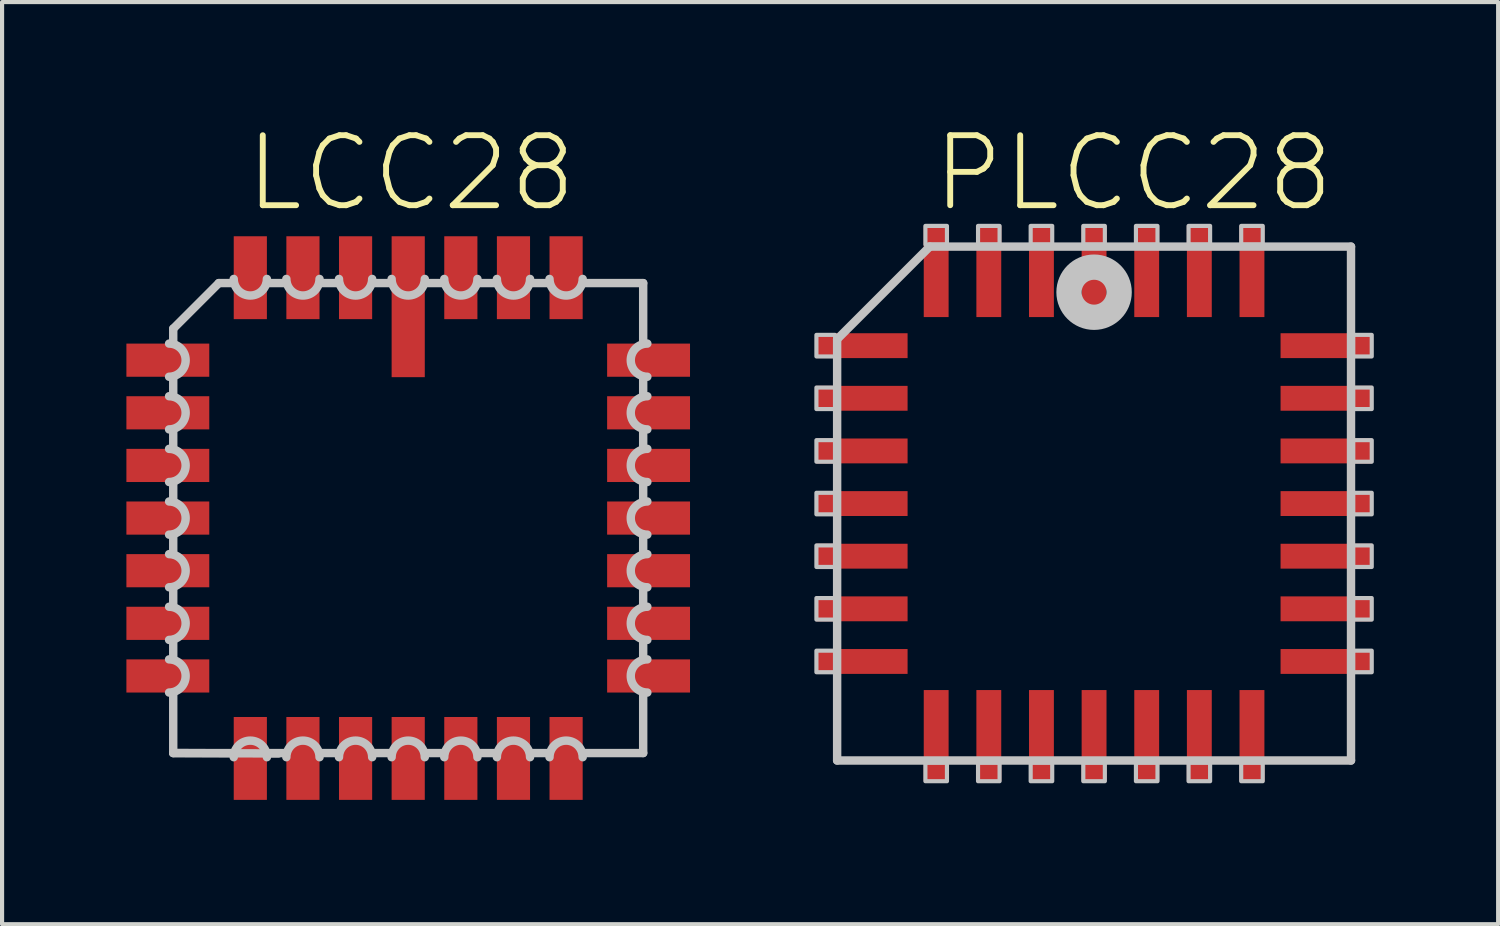
<source format=kicad_pcb>
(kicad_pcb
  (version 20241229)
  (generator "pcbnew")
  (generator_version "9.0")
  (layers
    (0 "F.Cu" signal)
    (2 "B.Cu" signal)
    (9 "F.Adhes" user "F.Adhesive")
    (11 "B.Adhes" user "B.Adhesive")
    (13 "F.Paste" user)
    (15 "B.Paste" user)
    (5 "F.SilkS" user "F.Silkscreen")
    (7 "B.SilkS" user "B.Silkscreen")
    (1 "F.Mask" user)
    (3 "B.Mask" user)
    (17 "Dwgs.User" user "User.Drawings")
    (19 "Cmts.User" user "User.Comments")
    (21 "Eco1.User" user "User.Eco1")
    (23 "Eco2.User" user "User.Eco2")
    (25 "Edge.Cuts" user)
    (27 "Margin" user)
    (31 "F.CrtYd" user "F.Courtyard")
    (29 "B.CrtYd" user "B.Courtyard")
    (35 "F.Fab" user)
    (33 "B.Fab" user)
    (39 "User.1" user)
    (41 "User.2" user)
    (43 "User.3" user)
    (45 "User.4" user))
  (footprint "PLCC28"
    (layer "F.Cu")
    (at 23.35 9.101)
    (property "Reference" "PLCC28" (at -3.967 -6.985 0) (layer "F.SilkS") (effects (font (size 1.689 1.689) (thickness 0.142)) (justify left bottom)))
    (attr through_hole)
    (fp_line (start -6.2 -3.965) (end -6.2 6.2) (stroke (width 0.203) (type solid)) (layer "Dwgs.User"))
    (fp_line (start -6.2 6.2) (end 6.2 6.2) (stroke (width 0.203) (type solid)) (layer "Dwgs.User"))
    (fp_line (start -3.965 -6.2) (end -6.2 -3.965) (stroke (width 0.203) (type solid)) (layer "Dwgs.User"))
    (fp_line (start 6.2 -6.2) (end -3.965 -6.2) (stroke (width 0.203) (type solid)) (layer "Dwgs.User"))
    (fp_line (start 6.2 6.2) (end 6.2 -6.2) (stroke (width 0.203) (type solid)) (layer "Dwgs.User"))
    (fp_circle (center 0 -5.1) (end 0.3 -5.1) (stroke (width 0.61) (type solid)) (fill no) (layer "Dwgs.User"))
    (fp_poly (pts (xy -6.7 -3.55) (xy -6.25 -3.55) (xy -6.25 -4.07) (xy -6.7 -4.07)) (stroke (width 0.1) (type solid)) (fill no) (layer "Dwgs.User"))
    (fp_poly (pts (xy -6.7 -2.28) (xy -6.25 -2.28) (xy -6.25 -2.8) (xy -6.7 -2.8)) (stroke (width 0.1) (type solid)) (fill no) (layer "Dwgs.User"))
    (fp_poly (pts (xy -6.7 -1.01) (xy -6.25 -1.01) (xy -6.25 -1.53) (xy -6.7 -1.53)) (stroke (width 0.1) (type solid)) (fill no) (layer "Dwgs.User"))
    (fp_poly (pts (xy -6.7 0.26) (xy -6.25 0.26) (xy -6.25 -0.26) (xy -6.7 -0.26)) (stroke (width 0.1) (type solid)) (fill no) (layer "Dwgs.User"))
    (fp_poly (pts (xy -6.7 1.53) (xy -6.25 1.53) (xy -6.25 1.01) (xy -6.7 1.01)) (stroke (width 0.1) (type solid)) (fill no) (layer "Dwgs.User"))
    (fp_poly (pts (xy -6.7 2.8) (xy -6.25 2.8) (xy -6.25 2.28) (xy -6.7 2.28)) (stroke (width 0.1) (type solid)) (fill no) (layer "Dwgs.User"))
    (fp_poly (pts (xy -6.7 4.07) (xy -6.25 4.07) (xy -6.25 3.55) (xy -6.7 3.55)) (stroke (width 0.1) (type solid)) (fill no) (layer "Dwgs.User"))
    (fp_poly (pts (xy -4.07 -6.25) (xy -3.55 -6.25) (xy -3.55 -6.7) (xy -4.07 -6.7)) (stroke (width 0.1) (type solid)) (fill no) (layer "Dwgs.User"))
    (fp_poly (pts (xy -4.07 6.7) (xy -3.55 6.7) (xy -3.55 6.25) (xy -4.07 6.25)) (stroke (width 0.1) (type solid)) (fill no) (layer "Dwgs.User"))
    (fp_poly (pts (xy -2.8 -6.25) (xy -2.28 -6.25) (xy -2.28 -6.7) (xy -2.8 -6.7)) (stroke (width 0.1) (type solid)) (fill no) (layer "Dwgs.User"))
    (fp_poly (pts (xy -2.8 6.7) (xy -2.28 6.7) (xy -2.28 6.25) (xy -2.8 6.25)) (stroke (width 0.1) (type solid)) (fill no) (layer "Dwgs.User"))
    (fp_poly (pts (xy -1.53 -6.25) (xy -1.01 -6.25) (xy -1.01 -6.7) (xy -1.53 -6.7)) (stroke (width 0.1) (type solid)) (fill no) (layer "Dwgs.User"))
    (fp_poly (pts (xy -1.53 6.7) (xy -1.01 6.7) (xy -1.01 6.25) (xy -1.53 6.25)) (stroke (width 0.1) (type solid)) (fill no) (layer "Dwgs.User"))
    (fp_poly (pts (xy -0.26 -6.25) (xy 0.26 -6.25) (xy 0.26 -6.7) (xy -0.26 -6.7)) (stroke (width 0.1) (type solid)) (fill no) (layer "Dwgs.User"))
    (fp_poly (pts (xy -0.26 6.7) (xy 0.26 6.7) (xy 0.26 6.25) (xy -0.26 6.25)) (stroke (width 0.1) (type solid)) (fill no) (layer "Dwgs.User"))
    (fp_poly (pts (xy 1.01 -6.25) (xy 1.53 -6.25) (xy 1.53 -6.7) (xy 1.01 -6.7)) (stroke (width 0.1) (type solid)) (fill no) (layer "Dwgs.User"))
    (fp_poly (pts (xy 1.01 6.7) (xy 1.53 6.7) (xy 1.53 6.25) (xy 1.01 6.25)) (stroke (width 0.1) (type solid)) (fill no) (layer "Dwgs.User"))
    (fp_poly (pts (xy 2.28 -6.25) (xy 2.8 -6.25) (xy 2.8 -6.7) (xy 2.28 -6.7)) (stroke (width 0.1) (type solid)) (fill no) (layer "Dwgs.User"))
    (fp_poly (pts (xy 2.28 6.7) (xy 2.8 6.7) (xy 2.8 6.25) (xy 2.28 6.25)) (stroke (width 0.1) (type solid)) (fill no) (layer "Dwgs.User"))
    (fp_poly (pts (xy 3.55 -6.25) (xy 4.07 -6.25) (xy 4.07 -6.7) (xy 3.55 -6.7)) (stroke (width 0.1) (type solid)) (fill no) (layer "Dwgs.User"))
    (fp_poly (pts (xy 3.55 6.7) (xy 4.07 6.7) (xy 4.07 6.25) (xy 3.55 6.25)) (stroke (width 0.1) (type solid)) (fill no) (layer "Dwgs.User"))
    (fp_poly (pts (xy 6.25 -3.55) (xy 6.7 -3.55) (xy 6.7 -4.07) (xy 6.25 -4.07)) (stroke (width 0.1) (type solid)) (fill no) (layer "Dwgs.User"))
    (fp_poly (pts (xy 6.25 -2.28) (xy 6.7 -2.28) (xy 6.7 -2.8) (xy 6.25 -2.8)) (stroke (width 0.1) (type solid)) (fill no) (layer "Dwgs.User"))
    (fp_poly (pts (xy 6.25 -1.01) (xy 6.7 -1.01) (xy 6.7 -1.53) (xy 6.25 -1.53)) (stroke (width 0.1) (type solid)) (fill no) (layer "Dwgs.User"))
    (fp_poly (pts (xy 6.25 0.26) (xy 6.7 0.26) (xy 6.7 -0.26) (xy 6.25 -0.26)) (stroke (width 0.1) (type solid)) (fill no) (layer "Dwgs.User"))
    (fp_poly (pts (xy 6.25 1.53) (xy 6.7 1.53) (xy 6.7 1.01) (xy 6.25 1.01)) (stroke (width 0.1) (type solid)) (fill no) (layer "Dwgs.User"))
    (fp_poly (pts (xy 6.25 2.8) (xy 6.7 2.8) (xy 6.7 2.28) (xy 6.25 2.28)) (stroke (width 0.1) (type solid)) (fill no) (layer "Dwgs.User"))
    (fp_poly (pts (xy 6.25 4.07) (xy 6.7 4.07) (xy 6.7 3.55) (xy 6.25 3.55)) (stroke (width 0.1) (type solid)) (fill no) (layer "Dwgs.User"))
    (pad "1" smd rect (at 0 -5.6) (size 0.6 2.2) (layers "F.Cu" "F.Mask" "F.Paste"))
    (pad "2" smd rect (at -1.27 -5.6) (size 0.6 2.2) (layers "F.Cu" "F.Mask" "F.Paste"))
    (pad "3" smd rect (at -2.54 -5.6) (size 0.6 2.2) (layers "F.Cu" "F.Mask" "F.Paste"))
    (pad "4" smd rect (at -3.81 -5.6) (size 0.6 2.2) (layers "F.Cu" "F.Mask" "F.Paste"))
    (pad "5" smd rect (at -5.6 -3.81) (size 2.2 0.6) (layers "F.Cu" "F.Mask" "F.Paste"))
    (pad "6" smd rect (at -5.6 -2.54) (size 2.2 0.6) (layers "F.Cu" "F.Mask" "F.Paste"))
    (pad "7" smd rect (at -5.6 -1.27) (size 2.2 0.6) (layers "F.Cu" "F.Mask" "F.Paste"))
    (pad "8" smd rect (at -5.6 0) (size 2.2 0.6) (layers "F.Cu" "F.Mask" "F.Paste"))
    (pad "9" smd rect (at -5.6 1.27) (size 2.2 0.6) (layers "F.Cu" "F.Mask" "F.Paste"))
    (pad "10" smd rect (at -5.6 2.54) (size 2.2 0.6) (layers "F.Cu" "F.Mask" "F.Paste"))
    (pad "11" smd rect (at -5.6 3.81) (size 2.2 0.6) (layers "F.Cu" "F.Mask" "F.Paste"))
    (pad "12" smd rect (at -3.81 5.6) (size 0.6 2.2) (layers "F.Cu" "F.Mask" "F.Paste"))
    (pad "13" smd rect (at -2.54 5.6) (size 0.6 2.2) (layers "F.Cu" "F.Mask" "F.Paste"))
    (pad "14" smd rect (at -1.27 5.6) (size 0.6 2.2) (layers "F.Cu" "F.Mask" "F.Paste"))
    (pad "15" smd rect (at 0 5.6) (size 0.6 2.2) (layers "F.Cu" "F.Mask" "F.Paste"))
    (pad "16" smd rect (at 1.27 5.6) (size 0.6 2.2) (layers "F.Cu" "F.Mask" "F.Paste"))
    (pad "17" smd rect (at 2.54 5.6) (size 0.6 2.2) (layers "F.Cu" "F.Mask" "F.Paste"))
    (pad "18" smd rect (at 3.81 5.6) (size 0.6 2.2) (layers "F.Cu" "F.Mask" "F.Paste"))
    (pad "19" smd rect (at 5.6 3.81) (size 2.2 0.6) (layers "F.Cu" "F.Mask" "F.Paste"))
    (pad "20" smd rect (at 5.6 2.54) (size 2.2 0.6) (layers "F.Cu" "F.Mask" "F.Paste"))
    (pad "21" smd rect (at 5.6 1.27) (size 2.2 0.6) (layers "F.Cu" "F.Mask" "F.Paste"))
    (pad "22" smd rect (at 5.6 0) (size 2.2 0.6) (layers "F.Cu" "F.Mask" "F.Paste"))
    (pad "23" smd rect (at 5.6 -1.27) (size 2.2 0.6) (layers "F.Cu" "F.Mask" "F.Paste"))
    (pad "24" smd rect (at 5.6 -2.54) (size 2.2 0.6) (layers "F.Cu" "F.Mask" "F.Paste"))
    (pad "25" smd rect (at 5.6 -3.81) (size 2.2 0.6) (layers "F.Cu" "F.Mask" "F.Paste"))
    (pad "26" smd rect (at 3.81 -5.6) (size 0.6 2.2) (layers "F.Cu" "F.Mask" "F.Paste"))
    (pad "27" smd rect (at 2.54 -5.6) (size 0.6 2.2) (layers "F.Cu" "F.Mask" "F.Paste"))
    (pad "28" smd rect (at 1.27 -5.6) (size 0.6 2.2) (layers "F.Cu" "F.Mask" "F.Paste")))
  (footprint "LCC28"
    (layer "F.Cu")
    (at 6.8 9.451)
    (property "Reference" "LCC28" (at -4.005 -7.335 0) (layer "F.SilkS") (effects (font (size 1.689 1.689) (thickness 0.142)) (justify left bottom)))
    (attr through_hole)
    (fp_line (start -5.67 -4.57) (end -5.67 -4.21) (stroke (width 0.203) (type solid)) (layer "Dwgs.User"))
    (fp_line (start -5.67 -3.41) (end -5.67 -2.94) (stroke (width 0.203) (type solid)) (layer "Dwgs.User"))
    (fp_line (start -5.67 -2.14) (end -5.67 -1.67) (stroke (width 0.203) (type solid)) (layer "Dwgs.User"))
    (fp_line (start -5.67 -0.87) (end -5.67 -0.4) (stroke (width 0.203) (type solid)) (layer "Dwgs.User"))
    (fp_line (start -5.67 0.4) (end -5.67 0.87) (stroke (width 0.203) (type solid)) (layer "Dwgs.User"))
    (fp_line (start -5.67 1.67) (end -5.67 2.14) (stroke (width 0.203) (type solid)) (layer "Dwgs.User"))
    (fp_line (start -5.67 2.94) (end -5.67 3.41) (stroke (width 0.203) (type solid)) (layer "Dwgs.User"))
    (fp_line (start -5.67 4.21) (end -5.67 5.67) (stroke (width 0.203) (type solid)) (layer "Dwgs.User"))
    (fp_line (start -5.67 5.67) (end -4.21 5.67) (stroke (width 0.203) (type solid)) (layer "Dwgs.User"))
    (fp_line (start -5.67 5.67) (end -3.13 5.68) (stroke (width 0.203) (type solid)) (layer "Dwgs.User"))
    (fp_line (start -4.57 -5.67) (end -5.67 -4.57) (stroke (width 0.203) (type solid)) (layer "Dwgs.User"))
    (fp_line (start -4.21 -5.67) (end -4.57 -5.67) (stroke (width 0.203) (type solid)) (layer "Dwgs.User"))
    (fp_line (start -3.41 5.67) (end -2.94 5.67) (stroke (width 0.203) (type solid)) (layer "Dwgs.User"))
    (fp_line (start -2.94 -5.67) (end -3.41 -5.67) (stroke (width 0.203) (type solid)) (layer "Dwgs.User"))
    (fp_line (start -2.14 5.67) (end -1.67 5.67) (stroke (width 0.203) (type solid)) (layer "Dwgs.User"))
    (fp_line (start -1.67 -5.67) (end -2.14 -5.67) (stroke (width 0.203) (type solid)) (layer "Dwgs.User"))
    (fp_line (start -0.87 5.67) (end -0.4 5.67) (stroke (width 0.203) (type solid)) (layer "Dwgs.User"))
    (fp_line (start -0.4 -5.67) (end -0.87 -5.67) (stroke (width 0.203) (type solid)) (layer "Dwgs.User"))
    (fp_line (start 0.4 5.67) (end 0.87 5.67) (stroke (width 0.203) (type solid)) (layer "Dwgs.User"))
    (fp_line (start 0.87 -5.67) (end 0.4 -5.67) (stroke (width 0.203) (type solid)) (layer "Dwgs.User"))
    (fp_line (start 1.67 5.67) (end 2.14 5.67) (stroke (width 0.203) (type solid)) (layer "Dwgs.User"))
    (fp_line (start 2.14 -5.67) (end 1.67 -5.67) (stroke (width 0.203) (type solid)) (layer "Dwgs.User"))
    (fp_line (start 2.94 5.67) (end 3.41 5.67) (stroke (width 0.203) (type solid)) (layer "Dwgs.User"))
    (fp_line (start 3.41 -5.67) (end 2.94 -5.67) (stroke (width 0.203) (type solid)) (layer "Dwgs.User"))
    (fp_line (start 4.21 5.67) (end 5.67 5.67) (stroke (width 0.203) (type solid)) (layer "Dwgs.User"))
    (fp_line (start 5.67 -5.67) (end 4.21 -5.67) (stroke (width 0.203) (type solid)) (layer "Dwgs.User"))
    (fp_line (start 5.67 -4.21) (end 5.67 -5.67) (stroke (width 0.203) (type solid)) (layer "Dwgs.User"))
    (fp_line (start 5.67 -2.94) (end 5.67 -3.41) (stroke (width 0.203) (type solid)) (layer "Dwgs.User"))
    (fp_line (start 5.67 -1.67) (end 5.67 -2.14) (stroke (width 0.203) (type solid)) (layer "Dwgs.User"))
    (fp_line (start 5.67 -0.4) (end 5.67 -0.87) (stroke (width 0.203) (type solid)) (layer "Dwgs.User"))
    (fp_line (start 5.67 0.87) (end 5.67 0.4) (stroke (width 0.203) (type solid)) (layer "Dwgs.User"))
    (fp_line (start 5.67 2.14) (end 5.67 1.67) (stroke (width 0.203) (type solid)) (layer "Dwgs.User"))
    (fp_line (start 5.67 3.41) (end 5.67 2.94) (stroke (width 0.203) (type solid)) (layer "Dwgs.User"))
    (fp_line (start 5.67 5.67) (end 5.67 4.21) (stroke (width 0.203) (type solid)) (layer "Dwgs.User"))
    (fp_arc (start -5.7701 -4.21) (mid -5.3701 -3.81) (end -5.7701 -3.41) (stroke (width 0.2032) (type solid)) (layer "Dwgs.User"))
    (fp_arc (start -5.7701 -2.94) (mid -5.3701 -2.54) (end -5.7701 -2.14) (stroke (width 0.2032) (type solid)) (layer "Dwgs.User"))
    (fp_arc (start -5.7701 -1.67) (mid -5.3701 -1.27) (end -5.7701 -0.87) (stroke (width 0.2032) (type solid)) (layer "Dwgs.User"))
    (fp_arc (start -5.7701 -0.4001) (mid -5.37 0) (end -5.7701 0.4001) (stroke (width 0.2032) (type solid)) (layer "Dwgs.User"))
    (fp_arc (start -5.7701 0.8699) (mid -5.37 1.27) (end -5.7701 1.6701) (stroke (width 0.2032) (type solid)) (layer "Dwgs.User"))
    (fp_arc (start -5.7701 2.1399) (mid -5.37 2.54) (end -5.7701 2.9401) (stroke (width 0.2032) (type solid)) (layer "Dwgs.User"))
    (fp_arc (start -5.7701 3.4099) (mid -5.37 3.81) (end -5.7701 4.2101) (stroke (width 0.2032) (type solid)) (layer "Dwgs.User"))
    (fp_arc (start -4.2101 5.7701) (mid -3.81 5.37) (end -3.4099 5.7701) (stroke (width 0.2032) (type solid)) (layer "Dwgs.User"))
    (fp_arc (start -3.4099 -5.7701) (mid -3.81 -5.37) (end -4.2101 -5.7701) (stroke (width 0.2032) (type solid)) (layer "Dwgs.User"))
    (fp_arc (start -2.9401 5.7701) (mid -2.54 5.37) (end -2.1399 5.7701) (stroke (width 0.2032) (type solid)) (layer "Dwgs.User"))
    (fp_arc (start -2.1399 -5.7701) (mid -2.54 -5.37) (end -2.9401 -5.7701) (stroke (width 0.2032) (type solid)) (layer "Dwgs.User"))
    (fp_arc (start -1.6701 5.7701) (mid -1.27 5.37) (end -0.8699 5.7701) (stroke (width 0.2032) (type solid)) (layer "Dwgs.User"))
    (fp_arc (start -0.8699 -5.7701) (mid -1.27 -5.37) (end -1.6701 -5.7701) (stroke (width 0.2032) (type solid)) (layer "Dwgs.User"))
    (fp_arc (start -0.4001 5.7701) (mid 0 5.37) (end 0.4001 5.7701) (stroke (width 0.2032) (type solid)) (layer "Dwgs.User"))
    (fp_arc (start 0.4001 -5.7701) (mid 0 -5.37) (end -0.4001 -5.7701) (stroke (width 0.2032) (type solid)) (layer "Dwgs.User"))
    (fp_arc (start 0.87 5.7701) (mid 1.27 5.3701) (end 1.67 5.7701) (stroke (width 0.2032) (type solid)) (layer "Dwgs.User"))
    (fp_arc (start 1.67 -5.7701) (mid 1.27 -5.3701) (end 0.87 -5.7701) (stroke (width 0.2032) (type solid)) (layer "Dwgs.User"))
    (fp_arc (start 2.14 5.7701) (mid 2.54 5.3701) (end 2.94 5.7701) (stroke (width 0.2032) (type solid)) (layer "Dwgs.User"))
    (fp_arc (start 2.94 -5.7701) (mid 2.54 -5.3701) (end 2.14 -5.7701) (stroke (width 0.2032) (type solid)) (layer "Dwgs.User"))
    (fp_arc (start 3.41 5.7701) (mid 3.81 5.3701) (end 4.21 5.7701) (stroke (width 0.2032) (type solid)) (layer "Dwgs.User"))
    (fp_arc (start 4.21 -5.7701) (mid 3.81 -5.3701) (end 3.41 -5.7701) (stroke (width 0.2032) (type solid)) (layer "Dwgs.User"))
    (fp_arc (start 5.7701 -3.4099) (mid 5.37 -3.81) (end 5.7701 -4.2101) (stroke (width 0.2032) (type solid)) (layer "Dwgs.User"))
    (fp_arc (start 5.7701 -2.1399) (mid 5.37 -2.54) (end 5.7701 -2.9401) (stroke (width 0.2032) (type solid)) (layer "Dwgs.User"))
    (fp_arc (start 5.7701 -0.8699) (mid 5.37 -1.27) (end 5.7701 -1.6701) (stroke (width 0.2032) (type solid)) (layer "Dwgs.User"))
    (fp_arc (start 5.7701 0.4001) (mid 5.37 0) (end 5.7701 -0.4001) (stroke (width 0.2032) (type solid)) (layer "Dwgs.User"))
    (fp_arc (start 5.7701 1.67) (mid 5.3701 1.27) (end 5.7701 0.87) (stroke (width 0.2032) (type solid)) (layer "Dwgs.User"))
    (fp_arc (start 5.7701 2.94) (mid 5.3701 2.54) (end 5.7701 2.14) (stroke (width 0.2032) (type solid)) (layer "Dwgs.User"))
    (fp_arc (start 5.7701 4.21) (mid 5.3701 3.81) (end 5.7701 3.41) (stroke (width 0.2032) (type solid)) (layer "Dwgs.User"))
    (pad "1" smd rect (at 0 -5.1) (size 0.8 3.4) (layers "F.Cu" "F.Mask" "F.Paste"))
    (pad "2" smd rect (at -1.27 -5.8) (size 0.8 2) (layers "F.Cu" "F.Mask" "F.Paste"))
    (pad "3" smd rect (at -2.54 -5.8) (size 0.8 2) (layers "F.Cu" "F.Mask" "F.Paste"))
    (pad "4" smd rect (at -3.81 -5.8) (size 0.8 2) (layers "F.Cu" "F.Mask" "F.Paste"))
    (pad "5" smd rect (at -5.8 -3.81) (size 2 0.8) (layers "F.Cu" "F.Mask" "F.Paste"))
    (pad "6" smd rect (at -5.8 -2.54) (size 2 0.8) (layers "F.Cu" "F.Mask" "F.Paste"))
    (pad "7" smd rect (at -5.8 -1.27) (size 2 0.8) (layers "F.Cu" "F.Mask" "F.Paste"))
    (pad "8" smd rect (at -5.8 0) (size 2 0.8) (layers "F.Cu" "F.Mask" "F.Paste"))
    (pad "9" smd rect (at -5.8 1.27) (size 2 0.8) (layers "F.Cu" "F.Mask" "F.Paste"))
    (pad "10" smd rect (at -5.8 2.54) (size 2 0.8) (layers "F.Cu" "F.Mask" "F.Paste"))
    (pad "11" smd rect (at -5.8 3.81) (size 2 0.8) (layers "F.Cu" "F.Mask" "F.Paste"))
    (pad "12" smd rect (at -3.81 5.8) (size 0.8 2) (layers "F.Cu" "F.Mask" "F.Paste"))
    (pad "13" smd rect (at -2.54 5.8) (size 0.8 2) (layers "F.Cu" "F.Mask" "F.Paste"))
    (pad "14" smd rect (at -1.27 5.8) (size 0.8 2) (layers "F.Cu" "F.Mask" "F.Paste"))
    (pad "15" smd rect (at 0 5.8) (size 0.8 2) (layers "F.Cu" "F.Mask" "F.Paste"))
    (pad "16" smd rect (at 1.27 5.8) (size 0.8 2) (layers "F.Cu" "F.Mask" "F.Paste"))
    (pad "17" smd rect (at 2.54 5.8) (size 0.8 2) (layers "F.Cu" "F.Mask" "F.Paste"))
    (pad "18" smd rect (at 3.81 5.8) (size 0.8 2) (layers "F.Cu" "F.Mask" "F.Paste"))
    (pad "19" smd rect (at 5.8 3.81) (size 2 0.8) (layers "F.Cu" "F.Mask" "F.Paste"))
    (pad "20" smd rect (at 5.8 2.54) (size 2 0.8) (layers "F.Cu" "F.Mask" "F.Paste"))
    (pad "21" smd rect (at 5.8 1.27) (size 2 0.8) (layers "F.Cu" "F.Mask" "F.Paste"))
    (pad "22" smd rect (at 5.8 0) (size 2 0.8) (layers "F.Cu" "F.Mask" "F.Paste"))
    (pad "23" smd rect (at 5.8 -1.27) (size 2 0.8) (layers "F.Cu" "F.Mask" "F.Paste"))
    (pad "24" smd rect (at 5.8 -2.54) (size 2 0.8) (layers "F.Cu" "F.Mask" "F.Paste"))
    (pad "25" smd rect (at 5.8 -3.81) (size 2 0.8) (layers "F.Cu" "F.Mask" "F.Paste"))
    (pad "26" smd rect (at 3.81 -5.8) (size 0.8 2) (layers "F.Cu" "F.Mask" "F.Paste"))
    (pad "27" smd rect (at 2.54 -5.8) (size 0.8 2) (layers "F.Cu" "F.Mask" "F.Paste"))
    (pad "28" smd rect (at 1.27 -5.8) (size 0.8 2) (layers "F.Cu" "F.Mask" "F.Paste")))
  (gr_rect
    (start -3 -3)
    (end 33.1 19.251)
    (stroke (width 0.1) (type default))
    (fill no)
    (layer "Edge.Cuts")))
</source>
